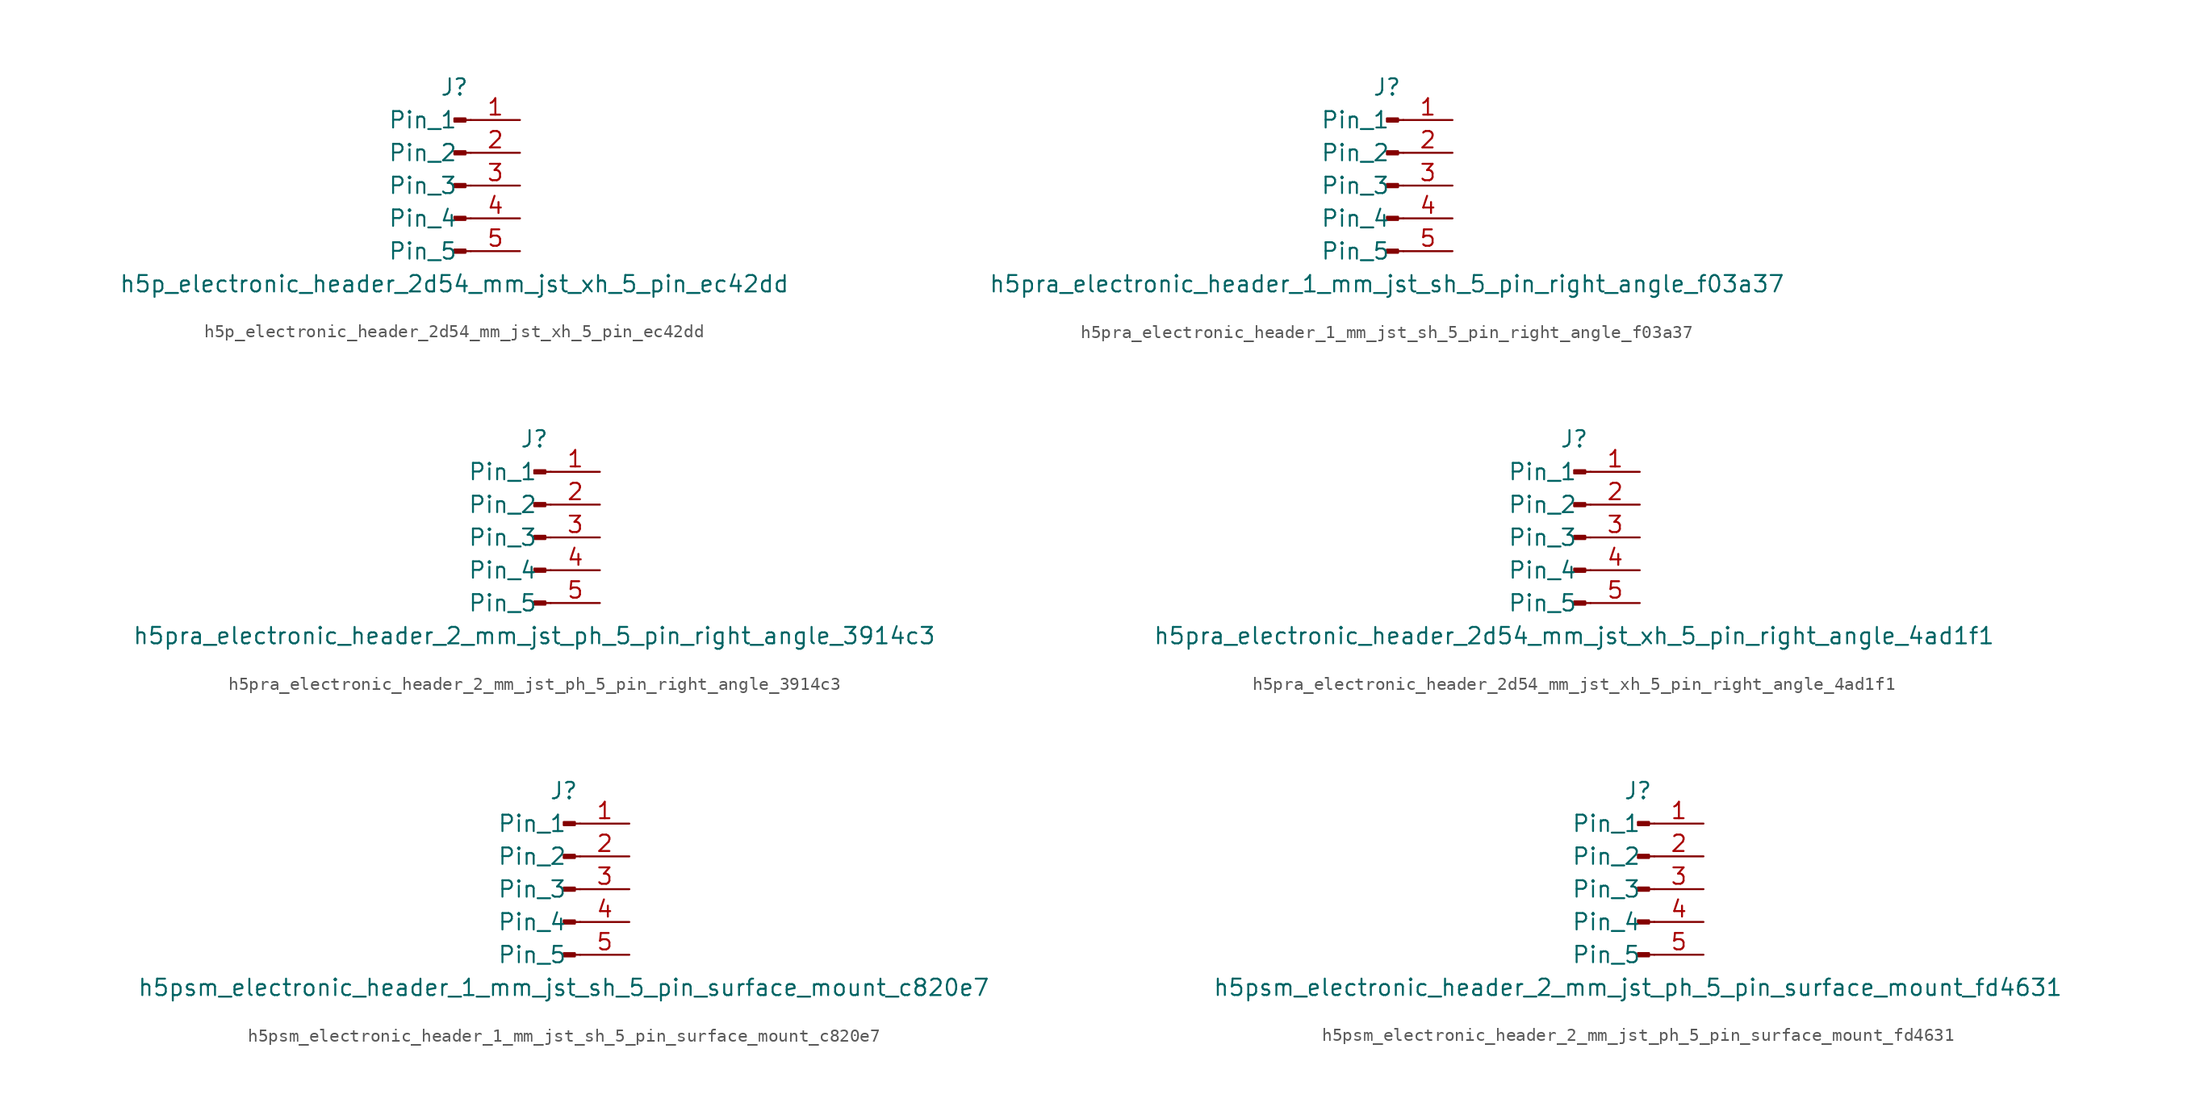
<source format=kicad_sym>
(kicad_symbol_lib
  (version 20220914)
  (generator kicad_symbol_editor)
  (symbol "h5p_electronic_header_2d54_mm_jst_xh_5_pin_ec42dd"
    (pin_names
      (offset 1.016))
    (property "Reference" "J"
      (at 0 7.62 0)
      (effects (font (size 1.27 1.27))))
    (property "Value" "h5p_electronic_header_2d54_mm_jst_xh_5_pin_ec42dd"
      (at 0 -7.62 0)
      (effects (font (size 1.27 1.27))))
    (property "ki_locked" ""
      (at 0 0 0)
      (effects (font (size 1.27 1.27))))
    (symbol "h5p_electronic_header_2d54_mm_jst_xh_5_pin_ec42dd_1_1"
      (polyline (pts (xy 1.27 -5.08) (xy 0.864 -5.08)) (stroke (width 0.152) (type default)) (fill (type none)))
      (polyline (pts (xy 1.27 -2.54) (xy 0.864 -2.54)) (stroke (width 0.152) (type default)) (fill (type none)))
      (polyline (pts (xy 1.27 0) (xy 0.864 0)) (stroke (width 0.152) (type default)) (fill (type none)))
      (polyline (pts (xy 1.27 2.54) (xy 0.864 2.54)) (stroke (width 0.152) (type default)) (fill (type none)))
      (polyline (pts (xy 1.27 5.08) (xy 0.864 5.08)) (stroke (width 0.152) (type default)) (fill (type none)))
      (rectangle (start 0.864 -4.953) (end 0 -5.207) (stroke (width 0.152) (type default)) (fill (type outline)))
      (rectangle (start 0.864 -2.413) (end 0 -2.667) (stroke (width 0.152) (type default)) (fill (type outline)))
      (rectangle (start 0.864 0.127) (end 0 -0.127) (stroke (width 0.152) (type default)) (fill (type outline)))
      (rectangle (start 0.864 2.667) (end 0 2.413) (stroke (width 0.152) (type default)) (fill (type outline)))
      (rectangle (start 0.864 5.207) (end 0 4.953) (stroke (width 0.152) (type default)) (fill (type outline)))
      (pin passive line (at 5.08 5.08 180) (length 3.81) (name "Pin_1" (effects (font (size 1.27 1.27)))) (number "1" (effects (font (size 1.27 1.27)))))
      (pin passive line (at 5.08 2.54 180) (length 3.81) (name "Pin_2" (effects (font (size 1.27 1.27)))) (number "2" (effects (font (size 1.27 1.27)))))
      (pin passive line (at 5.08 0 180) (length 3.81) (name "Pin_3" (effects (font (size 1.27 1.27)))) (number "3" (effects (font (size 1.27 1.27)))))
      (pin passive line (at 5.08 -2.54 180) (length 3.81) (name "Pin_4" (effects (font (size 1.27 1.27)))) (number "4" (effects (font (size 1.27 1.27)))))
      (pin passive line (at 5.08 -5.08 180) (length 3.81) (name "Pin_5" (effects (font (size 1.27 1.27)))) (number "5" (effects (font (size 1.27 1.27)))))))
  (symbol "h5pra_electronic_header_1_mm_jst_sh_5_pin_right_angle_f03a37"
    (pin_names
      (offset 1.016))
    (property "Reference" "J"
      (at 0 7.62 0)
      (effects (font (size 1.27 1.27))))
    (property "Value" "h5pra_electronic_header_1_mm_jst_sh_5_pin_right_angle_f03a37"
      (at 0 -7.62 0)
      (effects (font (size 1.27 1.27))))
    (property "ki_locked" ""
      (at 0 0 0)
      (effects (font (size 1.27 1.27))))
    (symbol "h5pra_electronic_header_1_mm_jst_sh_5_pin_right_angle_f03a37_1_1"
      (polyline (pts (xy 1.27 -5.08) (xy 0.864 -5.08)) (stroke (width 0.152) (type default)) (fill (type none)))
      (polyline (pts (xy 1.27 -2.54) (xy 0.864 -2.54)) (stroke (width 0.152) (type default)) (fill (type none)))
      (polyline (pts (xy 1.27 0) (xy 0.864 0)) (stroke (width 0.152) (type default)) (fill (type none)))
      (polyline (pts (xy 1.27 2.54) (xy 0.864 2.54)) (stroke (width 0.152) (type default)) (fill (type none)))
      (polyline (pts (xy 1.27 5.08) (xy 0.864 5.08)) (stroke (width 0.152) (type default)) (fill (type none)))
      (rectangle (start 0.864 -4.953) (end 0 -5.207) (stroke (width 0.152) (type default)) (fill (type outline)))
      (rectangle (start 0.864 -2.413) (end 0 -2.667) (stroke (width 0.152) (type default)) (fill (type outline)))
      (rectangle (start 0.864 0.127) (end 0 -0.127) (stroke (width 0.152) (type default)) (fill (type outline)))
      (rectangle (start 0.864 2.667) (end 0 2.413) (stroke (width 0.152) (type default)) (fill (type outline)))
      (rectangle (start 0.864 5.207) (end 0 4.953) (stroke (width 0.152) (type default)) (fill (type outline)))
      (pin passive line (at 5.08 5.08 180) (length 3.81) (name "Pin_1" (effects (font (size 1.27 1.27)))) (number "1" (effects (font (size 1.27 1.27)))))
      (pin passive line (at 5.08 2.54 180) (length 3.81) (name "Pin_2" (effects (font (size 1.27 1.27)))) (number "2" (effects (font (size 1.27 1.27)))))
      (pin passive line (at 5.08 0 180) (length 3.81) (name "Pin_3" (effects (font (size 1.27 1.27)))) (number "3" (effects (font (size 1.27 1.27)))))
      (pin passive line (at 5.08 -2.54 180) (length 3.81) (name "Pin_4" (effects (font (size 1.27 1.27)))) (number "4" (effects (font (size 1.27 1.27)))))
      (pin passive line (at 5.08 -5.08 180) (length 3.81) (name "Pin_5" (effects (font (size 1.27 1.27)))) (number "5" (effects (font (size 1.27 1.27)))))))
  (symbol "h5pra_electronic_header_2_mm_jst_ph_5_pin_right_angle_3914c3"
    (pin_names
      (offset 1.016))
    (property "Reference" "J"
      (at 0 7.62 0)
      (effects (font (size 1.27 1.27))))
    (property "Value" "h5pra_electronic_header_2_mm_jst_ph_5_pin_right_angle_3914c3"
      (at 0 -7.62 0)
      (effects (font (size 1.27 1.27))))
    (property "ki_locked" ""
      (at 0 0 0)
      (effects (font (size 1.27 1.27))))
    (symbol "h5pra_electronic_header_2_mm_jst_ph_5_pin_right_angle_3914c3_1_1"
      (polyline (pts (xy 1.27 -5.08) (xy 0.864 -5.08)) (stroke (width 0.152) (type default)) (fill (type none)))
      (polyline (pts (xy 1.27 -2.54) (xy 0.864 -2.54)) (stroke (width 0.152) (type default)) (fill (type none)))
      (polyline (pts (xy 1.27 0) (xy 0.864 0)) (stroke (width 0.152) (type default)) (fill (type none)))
      (polyline (pts (xy 1.27 2.54) (xy 0.864 2.54)) (stroke (width 0.152) (type default)) (fill (type none)))
      (polyline (pts (xy 1.27 5.08) (xy 0.864 5.08)) (stroke (width 0.152) (type default)) (fill (type none)))
      (rectangle (start 0.864 -4.953) (end 0 -5.207) (stroke (width 0.152) (type default)) (fill (type outline)))
      (rectangle (start 0.864 -2.413) (end 0 -2.667) (stroke (width 0.152) (type default)) (fill (type outline)))
      (rectangle (start 0.864 0.127) (end 0 -0.127) (stroke (width 0.152) (type default)) (fill (type outline)))
      (rectangle (start 0.864 2.667) (end 0 2.413) (stroke (width 0.152) (type default)) (fill (type outline)))
      (rectangle (start 0.864 5.207) (end 0 4.953) (stroke (width 0.152) (type default)) (fill (type outline)))
      (pin passive line (at 5.08 5.08 180) (length 3.81) (name "Pin_1" (effects (font (size 1.27 1.27)))) (number "1" (effects (font (size 1.27 1.27)))))
      (pin passive line (at 5.08 2.54 180) (length 3.81) (name "Pin_2" (effects (font (size 1.27 1.27)))) (number "2" (effects (font (size 1.27 1.27)))))
      (pin passive line (at 5.08 0 180) (length 3.81) (name "Pin_3" (effects (font (size 1.27 1.27)))) (number "3" (effects (font (size 1.27 1.27)))))
      (pin passive line (at 5.08 -2.54 180) (length 3.81) (name "Pin_4" (effects (font (size 1.27 1.27)))) (number "4" (effects (font (size 1.27 1.27)))))
      (pin passive line (at 5.08 -5.08 180) (length 3.81) (name "Pin_5" (effects (font (size 1.27 1.27)))) (number "5" (effects (font (size 1.27 1.27)))))))
  (symbol "h5pra_electronic_header_2d54_mm_jst_xh_5_pin_right_angle_4ad1f1"
    (pin_names
      (offset 1.016))
    (property "Reference" "J"
      (at 0 7.62 0)
      (effects (font (size 1.27 1.27))))
    (property "Value" "h5pra_electronic_header_2d54_mm_jst_xh_5_pin_right_angle_4ad1f1"
      (at 0 -7.62 0)
      (effects (font (size 1.27 1.27))))
    (property "ki_locked" ""
      (at 0 0 0)
      (effects (font (size 1.27 1.27))))
    (symbol "h5pra_electronic_header_2d54_mm_jst_xh_5_pin_right_angle_4ad1f1_1_1"
      (polyline (pts (xy 1.27 -5.08) (xy 0.864 -5.08)) (stroke (width 0.152) (type default)) (fill (type none)))
      (polyline (pts (xy 1.27 -2.54) (xy 0.864 -2.54)) (stroke (width 0.152) (type default)) (fill (type none)))
      (polyline (pts (xy 1.27 0) (xy 0.864 0)) (stroke (width 0.152) (type default)) (fill (type none)))
      (polyline (pts (xy 1.27 2.54) (xy 0.864 2.54)) (stroke (width 0.152) (type default)) (fill (type none)))
      (polyline (pts (xy 1.27 5.08) (xy 0.864 5.08)) (stroke (width 0.152) (type default)) (fill (type none)))
      (rectangle (start 0.864 -4.953) (end 0 -5.207) (stroke (width 0.152) (type default)) (fill (type outline)))
      (rectangle (start 0.864 -2.413) (end 0 -2.667) (stroke (width 0.152) (type default)) (fill (type outline)))
      (rectangle (start 0.864 0.127) (end 0 -0.127) (stroke (width 0.152) (type default)) (fill (type outline)))
      (rectangle (start 0.864 2.667) (end 0 2.413) (stroke (width 0.152) (type default)) (fill (type outline)))
      (rectangle (start 0.864 5.207) (end 0 4.953) (stroke (width 0.152) (type default)) (fill (type outline)))
      (pin passive line (at 5.08 5.08 180) (length 3.81) (name "Pin_1" (effects (font (size 1.27 1.27)))) (number "1" (effects (font (size 1.27 1.27)))))
      (pin passive line (at 5.08 2.54 180) (length 3.81) (name "Pin_2" (effects (font (size 1.27 1.27)))) (number "2" (effects (font (size 1.27 1.27)))))
      (pin passive line (at 5.08 0 180) (length 3.81) (name "Pin_3" (effects (font (size 1.27 1.27)))) (number "3" (effects (font (size 1.27 1.27)))))
      (pin passive line (at 5.08 -2.54 180) (length 3.81) (name "Pin_4" (effects (font (size 1.27 1.27)))) (number "4" (effects (font (size 1.27 1.27)))))
      (pin passive line (at 5.08 -5.08 180) (length 3.81) (name "Pin_5" (effects (font (size 1.27 1.27)))) (number "5" (effects (font (size 1.27 1.27)))))))
  (symbol "h5psm_electronic_header_1_mm_jst_sh_5_pin_surface_mount_c820e7"
    (pin_names
      (offset 1.016))
    (property "Reference" "J"
      (at 0 7.62 0)
      (effects (font (size 1.27 1.27))))
    (property "Value" "h5psm_electronic_header_1_mm_jst_sh_5_pin_surface_mount_c820e7"
      (at 0 -7.62 0)
      (effects (font (size 1.27 1.27))))
    (property "ki_locked" ""
      (at 0 0 0)
      (effects (font (size 1.27 1.27))))
    (symbol "h5psm_electronic_header_1_mm_jst_sh_5_pin_surface_mount_c820e7_1_1"
      (polyline (pts (xy 1.27 -5.08) (xy 0.864 -5.08)) (stroke (width 0.152) (type default)) (fill (type none)))
      (polyline (pts (xy 1.27 -2.54) (xy 0.864 -2.54)) (stroke (width 0.152) (type default)) (fill (type none)))
      (polyline (pts (xy 1.27 0) (xy 0.864 0)) (stroke (width 0.152) (type default)) (fill (type none)))
      (polyline (pts (xy 1.27 2.54) (xy 0.864 2.54)) (stroke (width 0.152) (type default)) (fill (type none)))
      (polyline (pts (xy 1.27 5.08) (xy 0.864 5.08)) (stroke (width 0.152) (type default)) (fill (type none)))
      (rectangle (start 0.864 -4.953) (end 0 -5.207) (stroke (width 0.152) (type default)) (fill (type outline)))
      (rectangle (start 0.864 -2.413) (end 0 -2.667) (stroke (width 0.152) (type default)) (fill (type outline)))
      (rectangle (start 0.864 0.127) (end 0 -0.127) (stroke (width 0.152) (type default)) (fill (type outline)))
      (rectangle (start 0.864 2.667) (end 0 2.413) (stroke (width 0.152) (type default)) (fill (type outline)))
      (rectangle (start 0.864 5.207) (end 0 4.953) (stroke (width 0.152) (type default)) (fill (type outline)))
      (pin passive line (at 5.08 5.08 180) (length 3.81) (name "Pin_1" (effects (font (size 1.27 1.27)))) (number "1" (effects (font (size 1.27 1.27)))))
      (pin passive line (at 5.08 2.54 180) (length 3.81) (name "Pin_2" (effects (font (size 1.27 1.27)))) (number "2" (effects (font (size 1.27 1.27)))))
      (pin passive line (at 5.08 0 180) (length 3.81) (name "Pin_3" (effects (font (size 1.27 1.27)))) (number "3" (effects (font (size 1.27 1.27)))))
      (pin passive line (at 5.08 -2.54 180) (length 3.81) (name "Pin_4" (effects (font (size 1.27 1.27)))) (number "4" (effects (font (size 1.27 1.27)))))
      (pin passive line (at 5.08 -5.08 180) (length 3.81) (name "Pin_5" (effects (font (size 1.27 1.27)))) (number "5" (effects (font (size 1.27 1.27)))))))
  (symbol "h5psm_electronic_header_2_mm_jst_ph_5_pin_surface_mount_fd4631"
    (pin_names
      (offset 1.016))
    (property "Reference" "J"
      (at 0 7.62 0)
      (effects (font (size 1.27 1.27))))
    (property "Value" "h5psm_electronic_header_2_mm_jst_ph_5_pin_surface_mount_fd4631"
      (at 0 -7.62 0)
      (effects (font (size 1.27 1.27))))
    (property "ki_locked" ""
      (at 0 0 0)
      (effects (font (size 1.27 1.27))))
    (symbol "h5psm_electronic_header_2_mm_jst_ph_5_pin_surface_mount_fd4631_1_1"
      (polyline (pts (xy 1.27 -5.08) (xy 0.864 -5.08)) (stroke (width 0.152) (type default)) (fill (type none)))
      (polyline (pts (xy 1.27 -2.54) (xy 0.864 -2.54)) (stroke (width 0.152) (type default)) (fill (type none)))
      (polyline (pts (xy 1.27 0) (xy 0.864 0)) (stroke (width 0.152) (type default)) (fill (type none)))
      (polyline (pts (xy 1.27 2.54) (xy 0.864 2.54)) (stroke (width 0.152) (type default)) (fill (type none)))
      (polyline (pts (xy 1.27 5.08) (xy 0.864 5.08)) (stroke (width 0.152) (type default)) (fill (type none)))
      (rectangle (start 0.864 -4.953) (end 0 -5.207) (stroke (width 0.152) (type default)) (fill (type outline)))
      (rectangle (start 0.864 -2.413) (end 0 -2.667) (stroke (width 0.152) (type default)) (fill (type outline)))
      (rectangle (start 0.864 0.127) (end 0 -0.127) (stroke (width 0.152) (type default)) (fill (type outline)))
      (rectangle (start 0.864 2.667) (end 0 2.413) (stroke (width 0.152) (type default)) (fill (type outline)))
      (rectangle (start 0.864 5.207) (end 0 4.953) (stroke (width 0.152) (type default)) (fill (type outline)))
      (pin passive line (at 5.08 5.08 180) (length 3.81) (name "Pin_1" (effects (font (size 1.27 1.27)))) (number "1" (effects (font (size 1.27 1.27)))))
      (pin passive line (at 5.08 2.54 180) (length 3.81) (name "Pin_2" (effects (font (size 1.27 1.27)))) (number "2" (effects (font (size 1.27 1.27)))))
      (pin passive line (at 5.08 0 180) (length 3.81) (name "Pin_3" (effects (font (size 1.27 1.27)))) (number "3" (effects (font (size 1.27 1.27)))))
      (pin passive line (at 5.08 -2.54 180) (length 3.81) (name "Pin_4" (effects (font (size 1.27 1.27)))) (number "4" (effects (font (size 1.27 1.27)))))
      (pin passive line (at 5.08 -5.08 180) (length 3.81) (name "Pin_5" (effects (font (size 1.27 1.27)))) (number "5" (effects (font (size 1.27 1.27))))))))
</source>
